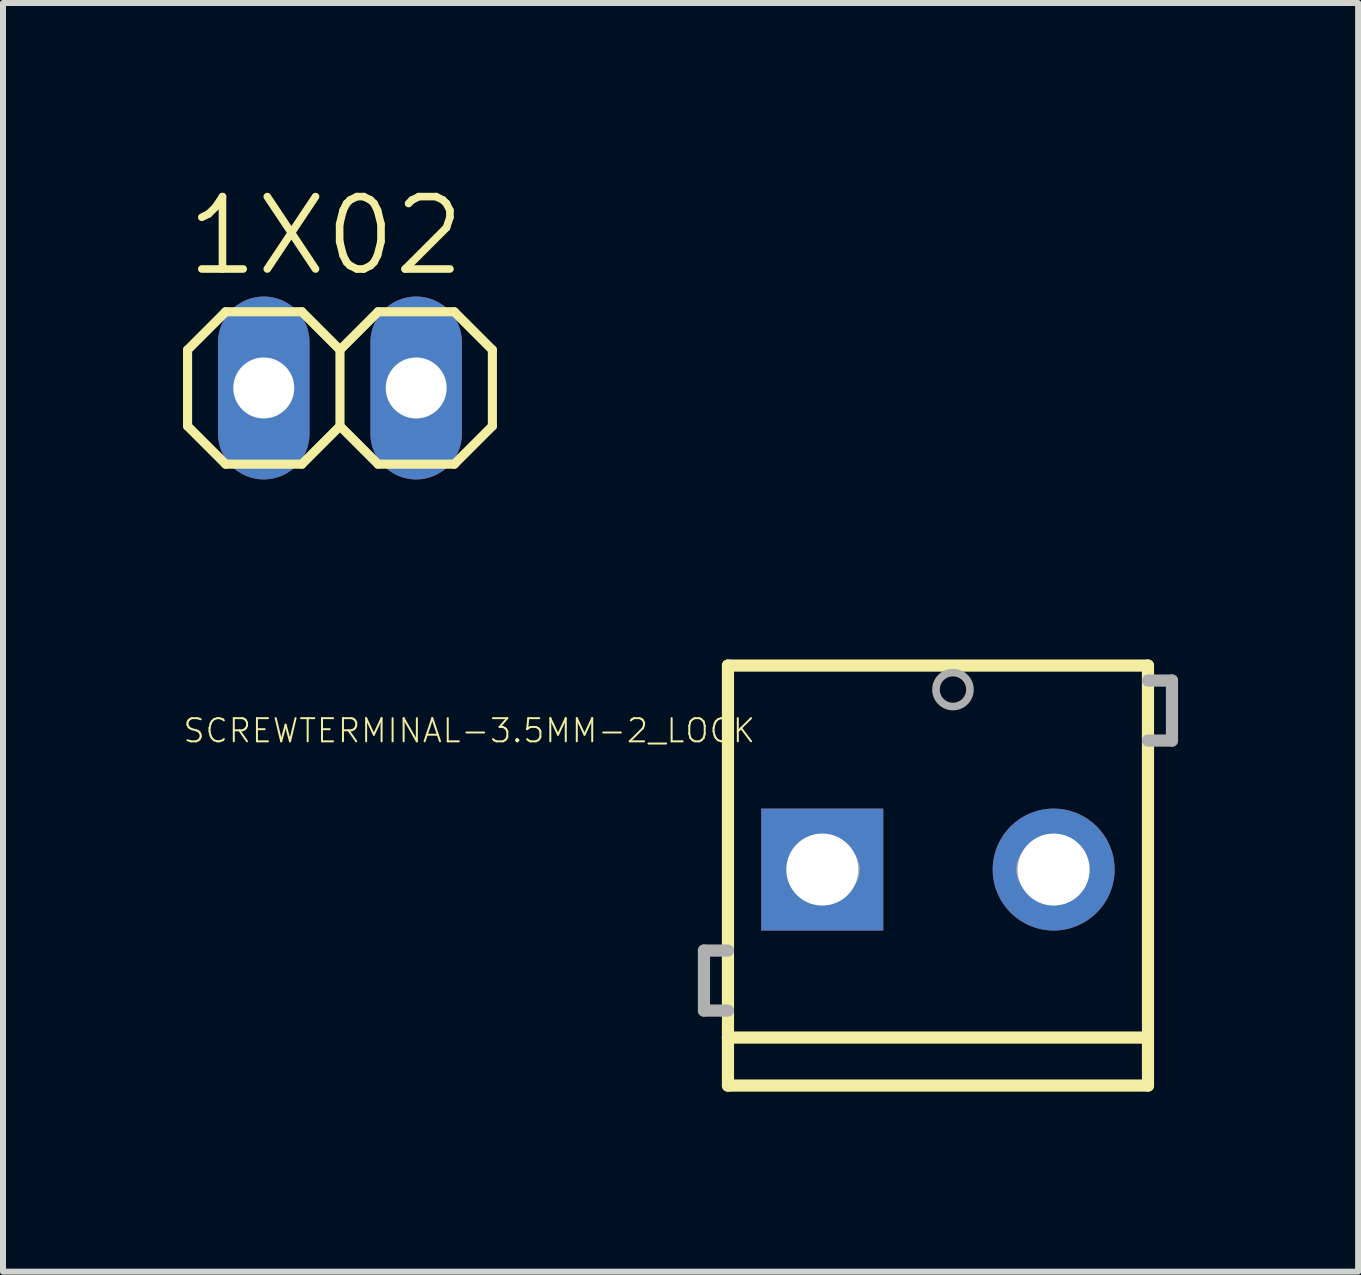
<source format=kicad_pcb>
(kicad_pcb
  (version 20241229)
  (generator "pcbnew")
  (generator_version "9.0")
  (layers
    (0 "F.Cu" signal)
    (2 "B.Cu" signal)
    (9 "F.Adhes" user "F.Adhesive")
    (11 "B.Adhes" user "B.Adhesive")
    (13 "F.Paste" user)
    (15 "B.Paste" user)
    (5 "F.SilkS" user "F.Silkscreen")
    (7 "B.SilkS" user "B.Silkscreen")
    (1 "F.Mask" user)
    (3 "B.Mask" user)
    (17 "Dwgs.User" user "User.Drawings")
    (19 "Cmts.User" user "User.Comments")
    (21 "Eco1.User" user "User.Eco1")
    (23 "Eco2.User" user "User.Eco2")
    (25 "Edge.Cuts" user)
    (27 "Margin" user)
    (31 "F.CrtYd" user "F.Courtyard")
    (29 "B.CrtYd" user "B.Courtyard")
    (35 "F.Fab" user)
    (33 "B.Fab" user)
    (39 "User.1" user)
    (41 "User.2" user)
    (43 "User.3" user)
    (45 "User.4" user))
  (footprint "SCREWTERMINAL-3.5MM-2_LOCK"
    (layer "F.Cu")
    (at 10.832 11.442)
    (property "Reference" "SCREWTERMINAL-3.5MM-2_LOCK" (at -1.27 -2.54 0) (layer "F.SilkS") (effects (font (size 0.386 0.386) (thickness 0.033)) (justify right top)))
    (attr through_hole)
    (fp_line (start -1.75 -3.4) (end 5.25 -3.4) (stroke (width 0.203) (type solid)) (layer "F.SilkS"))
    (fp_line (start -1.75 2.8) (end -1.75 -3.4) (stroke (width 0.203) (type solid)) (layer "F.SilkS"))
    (fp_line (start -1.75 3.6) (end -1.75 2.8) (stroke (width 0.203) (type solid)) (layer "F.SilkS"))
    (fp_line (start 5.25 -3.4) (end 5.25 2.8) (stroke (width 0.203) (type solid)) (layer "F.SilkS"))
    (fp_line (start 5.25 2.8) (end -1.75 2.8) (stroke (width 0.203) (type solid)) (layer "F.SilkS"))
    (fp_line (start 5.25 2.8) (end 5.25 3.6) (stroke (width 0.203) (type solid)) (layer "F.SilkS"))
    (fp_line (start 5.25 3.6) (end -1.75 3.6) (stroke (width 0.203) (type solid)) (layer "F.SilkS"))
    (fp_line (start -2.15 1.35) (end -2.15 2.35) (stroke (width 0.203) (type solid)) (layer "F.Fab"))
    (fp_line (start -2.15 2.35) (end -1.75 2.35) (stroke (width 0.203) (type solid)) (layer "F.Fab"))
    (fp_line (start -1.75 1.35) (end -2.15 1.35) (stroke (width 0.203) (type solid)) (layer "F.Fab"))
    (fp_line (start 5.25 -3.15) (end 5.65 -3.15) (stroke (width 0.203) (type solid)) (layer "F.Fab"))
    (fp_line (start 5.65 -3.15) (end 5.65 -2.15) (stroke (width 0.203) (type solid)) (layer "F.Fab"))
    (fp_line (start 5.65 -2.15) (end 5.25 -2.15) (stroke (width 0.203) (type solid)) (layer "F.Fab"))
    (fp_circle (center 0 0) (end 0.432 0) (stroke (width 0.025) (type solid)) (fill no) (layer "F.Fab"))
    (fp_circle (center 2 -3) (end 2.283 -3) (stroke (width 0.127) (type solid)) (fill no) (layer "F.Fab"))
    (fp_circle (center 3.5 0) (end 3.932 0) (stroke (width 0.025) (type solid)) (fill no) (layer "F.Fab"))
    (pad "1" thru_hole rect (at -0.178 0) (size 2.032 2.032) (drill 1.2) (layers "*.Cu" "*.Mask"))
    (pad "2" thru_hole circle (at 3.678 0) (size 2.032 2.032) (drill 1.2) (layers "*.Cu" "*.Mask")))
  (footprint "1X02"
    (layer "F.Cu")
    (at 2.616 3.416)
    (property "Reference" "1X02" (at -2.616 -1.829 0) (layer "F.SilkS") (effects (font (size 1.206 1.206) (thickness 0.127)) (justify left bottom)))
    (attr through_hole)
    (fp_line (start -2.54 -0.635) (end -2.54 0.635) (stroke (width 0.152) (type solid)) (layer "F.SilkS"))
    (fp_line (start -2.54 0.635) (end -1.905 1.27) (stroke (width 0.152) (type solid)) (layer "F.SilkS"))
    (fp_line (start -1.905 -1.27) (end -2.54 -0.635) (stroke (width 0.152) (type solid)) (layer "F.SilkS"))
    (fp_line (start -1.905 -1.27) (end -0.635 -1.27) (stroke (width 0.152) (type solid)) (layer "F.SilkS"))
    (fp_line (start -0.635 -1.27) (end 0 -0.635) (stroke (width 0.152) (type solid)) (layer "F.SilkS"))
    (fp_line (start -0.635 1.27) (end -1.905 1.27) (stroke (width 0.152) (type solid)) (layer "F.SilkS"))
    (fp_line (start 0 -0.635) (end 0 0.635) (stroke (width 0.152) (type solid)) (layer "F.SilkS"))
    (fp_line (start 0 -0.635) (end 0.635 -1.27) (stroke (width 0.152) (type solid)) (layer "F.SilkS"))
    (fp_line (start 0 0.635) (end -0.635 1.27) (stroke (width 0.152) (type solid)) (layer "F.SilkS"))
    (fp_line (start 0.635 -1.27) (end 1.905 -1.27) (stroke (width 0.152) (type solid)) (layer "F.SilkS"))
    (fp_line (start 0.635 1.27) (end 0 0.635) (stroke (width 0.152) (type solid)) (layer "F.SilkS"))
    (fp_line (start 1.905 -1.27) (end 2.54 -0.635) (stroke (width 0.152) (type solid)) (layer "F.SilkS"))
    (fp_line (start 1.905 1.27) (end 0.635 1.27) (stroke (width 0.152) (type solid)) (layer "F.SilkS"))
    (fp_line (start 2.54 -0.635) (end 2.54 0.635) (stroke (width 0.152) (type solid)) (layer "F.SilkS"))
    (fp_line (start 2.54 0.635) (end 1.905 1.27) (stroke (width 0.152) (type solid)) (layer "F.SilkS"))
    (fp_poly (pts (xy -1.524 0.254) (xy -1.016 0.254) (xy -1.016 -0.254) (xy -1.524 -0.254)) (stroke (width 0.1) (type solid)) (fill no) (layer "F.Fab"))
    (fp_poly (pts (xy 1.016 0.254) (xy 1.524 0.254) (xy 1.524 -0.254) (xy 1.016 -0.254)) (stroke (width 0.1) (type solid)) (fill no) (layer "F.Fab"))
    (pad "1" thru_hole oval (at -1.27 0 90) (size 3.048 1.524) (drill 1.016) (layers "*.Cu" "*.Mask"))
    (pad "2" thru_hole oval (at 1.27 0 90) (size 3.048 1.524) (drill 1.016) (layers "*.Cu" "*.Mask")))
  (gr_rect
    (start -3 -3)
    (end 19.584 18.143)
    (stroke (width 0.1) (type default))
    (fill no)
    (layer "Edge.Cuts")))
</source>
